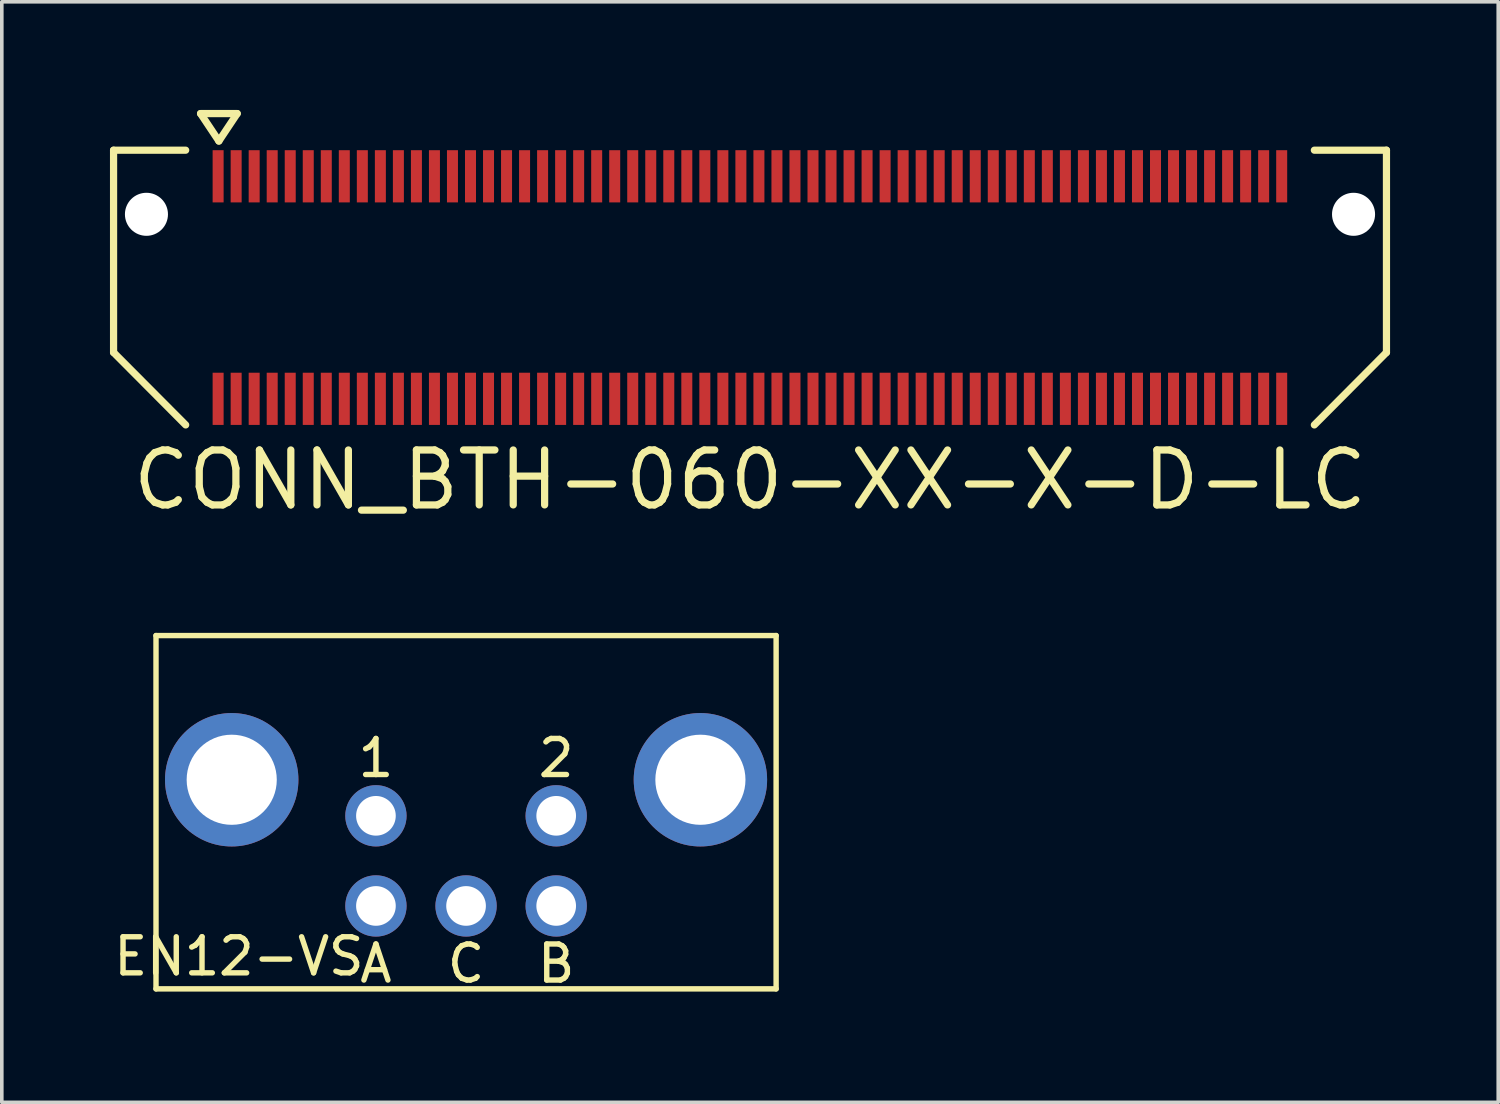
<source format=kicad_pcb>
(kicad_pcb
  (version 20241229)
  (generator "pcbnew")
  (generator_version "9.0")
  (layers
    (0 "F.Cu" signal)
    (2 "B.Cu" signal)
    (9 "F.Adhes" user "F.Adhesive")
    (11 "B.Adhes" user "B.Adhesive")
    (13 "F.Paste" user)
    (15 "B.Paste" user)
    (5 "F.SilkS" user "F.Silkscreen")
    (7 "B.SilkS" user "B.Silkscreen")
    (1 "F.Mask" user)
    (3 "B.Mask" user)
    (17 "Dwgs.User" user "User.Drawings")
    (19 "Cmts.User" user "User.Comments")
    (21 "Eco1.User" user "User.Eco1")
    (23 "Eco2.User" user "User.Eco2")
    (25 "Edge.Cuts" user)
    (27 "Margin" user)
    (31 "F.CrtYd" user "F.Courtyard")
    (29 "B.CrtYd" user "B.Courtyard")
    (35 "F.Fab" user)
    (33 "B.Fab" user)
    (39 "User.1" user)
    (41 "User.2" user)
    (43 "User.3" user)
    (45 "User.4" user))
  (footprint "CONN_BTH-060-XX-X-D-LC"
    (layer "F.Cu")
    (at 17.753 4.926)
    (property "Reference" "CONN_BTH-060-XX-X-D-LC" (at 0 5.334 0) (layer "F.SilkS") (effects (font (size 1.524 1.524) (thickness 0.2))))
    (attr smd)
    (fp_line (start -17.653 -3.81) (end -17.653 1.8) (stroke (width 0.2) (type solid)) (layer "F.SilkS"))
    (fp_line (start -17.653 1.8) (end -15.653 3.81) (stroke (width 0.2) (type solid)) (layer "F.SilkS"))
    (fp_line (start -15.653 -3.81) (end -17.653 -3.81) (stroke (width 0.2) (type solid)) (layer "F.SilkS"))
    (fp_line (start -15.24 -4.826) (end -14.224 -4.826) (stroke (width 0.2) (type solid)) (layer "F.SilkS"))
    (fp_line (start -14.732 -4.064) (end -15.24 -4.826) (stroke (width 0.2) (type solid)) (layer "F.SilkS"))
    (fp_line (start -14.224 -4.826) (end -14.732 -4.064) (stroke (width 0.2) (type solid)) (layer "F.SilkS"))
    (fp_line (start 15.653 -3.81) (end 17.653 -3.81) (stroke (width 0.2) (type solid)) (layer "F.SilkS"))
    (fp_line (start 17.653 -3.81) (end 17.653 1.8) (stroke (width 0.2) (type solid)) (layer "F.SilkS"))
    (fp_line (start 17.653 1.8) (end 15.653 3.81) (stroke (width 0.2) (type solid)) (layer "F.SilkS"))
    (pad "" np_thru_hole circle (at -16.741 -2.032) (size 1.194 1.194) (drill 1.194) (layers "*.Cu" "*.Mask"))
    (pad "" np_thru_hole circle (at 16.74 -2.032) (size 1.194 1.194) (drill 1.194) (layers "*.Cu" "*.Mask"))
    (pad "1" smd rect (at -14.753 -3.086) (size 0.305 1.448) (layers "F.Cu" "F.Mask" "F.Paste"))
    (pad "2" smd rect (at -14.753 3.086) (size 0.305 1.448) (layers "F.Cu" "F.Mask" "F.Paste"))
    (pad "3" smd rect (at -14.253 -3.086) (size 0.305 1.448) (layers "F.Cu" "F.Mask" "F.Paste"))
    (pad "4" smd rect (at -14.253 3.086) (size 0.305 1.448) (layers "F.Cu" "F.Mask" "F.Paste"))
    (pad "5" smd rect (at -13.753 -3.086) (size 0.305 1.448) (layers "F.Cu" "F.Mask" "F.Paste"))
    (pad "6" smd rect (at -13.753 3.086) (size 0.305 1.448) (layers "F.Cu" "F.Mask" "F.Paste"))
    (pad "7" smd rect (at -13.253 -3.086) (size 0.305 1.448) (layers "F.Cu" "F.Mask" "F.Paste"))
    (pad "8" smd rect (at -13.253 3.086) (size 0.305 1.448) (layers "F.Cu" "F.Mask" "F.Paste"))
    (pad "9" smd rect (at -12.753 -3.086) (size 0.305 1.448) (layers "F.Cu" "F.Mask" "F.Paste"))
    (pad "10" smd rect (at -12.753 3.086) (size 0.305 1.448) (layers "F.Cu" "F.Mask" "F.Paste"))
    (pad "11" smd rect (at -12.253 -3.086) (size 0.305 1.448) (layers "F.Cu" "F.Mask" "F.Paste"))
    (pad "12" smd rect (at -12.253 3.086) (size 0.305 1.448) (layers "F.Cu" "F.Mask" "F.Paste"))
    (pad "13" smd rect (at -11.753 -3.086) (size 0.305 1.448) (layers "F.Cu" "F.Mask" "F.Paste"))
    (pad "14" smd rect (at -11.753 3.086) (size 0.305 1.448) (layers "F.Cu" "F.Mask" "F.Paste"))
    (pad "15" smd rect (at -11.253 -3.086) (size 0.305 1.448) (layers "F.Cu" "F.Mask" "F.Paste"))
    (pad "16" smd rect (at -11.253 3.086) (size 0.305 1.448) (layers "F.Cu" "F.Mask" "F.Paste"))
    (pad "17" smd rect (at -10.753 -3.086) (size 0.305 1.448) (layers "F.Cu" "F.Mask" "F.Paste"))
    (pad "18" smd rect (at -10.753 3.086) (size 0.305 1.448) (layers "F.Cu" "F.Mask" "F.Paste"))
    (pad "19" smd rect (at -10.253 -3.086) (size 0.305 1.448) (layers "F.Cu" "F.Mask" "F.Paste"))
    (pad "20" smd rect (at -10.253 3.086) (size 0.305 1.448) (layers "F.Cu" "F.Mask" "F.Paste"))
    (pad "21" smd rect (at -9.753 -3.086) (size 0.305 1.448) (layers "F.Cu" "F.Mask" "F.Paste"))
    (pad "22" smd rect (at -9.753 3.086) (size 0.305 1.448) (layers "F.Cu" "F.Mask" "F.Paste"))
    (pad "23" smd rect (at -9.253 -3.086) (size 0.305 1.448) (layers "F.Cu" "F.Mask" "F.Paste"))
    (pad "24" smd rect (at -9.253 3.086) (size 0.305 1.448) (layers "F.Cu" "F.Mask" "F.Paste"))
    (pad "25" smd rect (at -8.753 -3.086) (size 0.305 1.448) (layers "F.Cu" "F.Mask" "F.Paste"))
    (pad "26" smd rect (at -8.753 3.086) (size 0.305 1.448) (layers "F.Cu" "F.Mask" "F.Paste"))
    (pad "27" smd rect (at -8.253 -3.086) (size 0.305 1.448) (layers "F.Cu" "F.Mask" "F.Paste"))
    (pad "28" smd rect (at -8.253 3.086) (size 0.305 1.448) (layers "F.Cu" "F.Mask" "F.Paste"))
    (pad "29" smd rect (at -7.753 -3.086) (size 0.305 1.448) (layers "F.Cu" "F.Mask" "F.Paste"))
    (pad "30" smd rect (at -7.753 3.086) (size 0.305 1.448) (layers "F.Cu" "F.Mask" "F.Paste"))
    (pad "31" smd rect (at -7.253 -3.086) (size 0.305 1.448) (layers "F.Cu" "F.Mask" "F.Paste"))
    (pad "32" smd rect (at -7.253 3.086) (size 0.305 1.448) (layers "F.Cu" "F.Mask" "F.Paste"))
    (pad "33" smd rect (at -6.753 -3.086) (size 0.305 1.448) (layers "F.Cu" "F.Mask" "F.Paste"))
    (pad "34" smd rect (at -6.753 3.086) (size 0.305 1.448) (layers "F.Cu" "F.Mask" "F.Paste"))
    (pad "35" smd rect (at -6.253 -3.086) (size 0.305 1.448) (layers "F.Cu" "F.Mask" "F.Paste"))
    (pad "36" smd rect (at -6.253 3.086) (size 0.305 1.448) (layers "F.Cu" "F.Mask" "F.Paste"))
    (pad "37" smd rect (at -5.753 -3.086) (size 0.305 1.448) (layers "F.Cu" "F.Mask" "F.Paste"))
    (pad "38" smd rect (at -5.753 3.086) (size 0.305 1.448) (layers "F.Cu" "F.Mask" "F.Paste"))
    (pad "39" smd rect (at -5.253 -3.086) (size 0.305 1.448) (layers "F.Cu" "F.Mask" "F.Paste"))
    (pad "40" smd rect (at -5.253 3.086) (size 0.305 1.448) (layers "F.Cu" "F.Mask" "F.Paste"))
    (pad "41" smd rect (at -4.753 -3.086) (size 0.305 1.448) (layers "F.Cu" "F.Mask" "F.Paste"))
    (pad "42" smd rect (at -4.753 3.086) (size 0.305 1.448) (layers "F.Cu" "F.Mask" "F.Paste"))
    (pad "43" smd rect (at -4.253 -3.086) (size 0.305 1.448) (layers "F.Cu" "F.Mask" "F.Paste"))
    (pad "44" smd rect (at -4.253 3.086) (size 0.305 1.448) (layers "F.Cu" "F.Mask" "F.Paste"))
    (pad "45" smd rect (at -3.753 -3.086) (size 0.305 1.448) (layers "F.Cu" "F.Mask" "F.Paste"))
    (pad "46" smd rect (at -3.753 3.086) (size 0.305 1.448) (layers "F.Cu" "F.Mask" "F.Paste"))
    (pad "47" smd rect (at -3.253 -3.086) (size 0.305 1.448) (layers "F.Cu" "F.Mask" "F.Paste"))
    (pad "48" smd rect (at -3.253 3.086) (size 0.305 1.448) (layers "F.Cu" "F.Mask" "F.Paste"))
    (pad "49" smd rect (at -2.753 -3.086) (size 0.305 1.448) (layers "F.Cu" "F.Mask" "F.Paste"))
    (pad "50" smd rect (at -2.753 3.086) (size 0.305 1.448) (layers "F.Cu" "F.Mask" "F.Paste"))
    (pad "51" smd rect (at -2.253 -3.086) (size 0.305 1.448) (layers "F.Cu" "F.Mask" "F.Paste"))
    (pad "52" smd rect (at -2.253 3.086) (size 0.305 1.448) (layers "F.Cu" "F.Mask" "F.Paste"))
    (pad "53" smd rect (at -1.753 -3.086) (size 0.305 1.448) (layers "F.Cu" "F.Mask" "F.Paste"))
    (pad "54" smd rect (at -1.753 3.086) (size 0.305 1.448) (layers "F.Cu" "F.Mask" "F.Paste"))
    (pad "55" smd rect (at -1.253 -3.086) (size 0.305 1.448) (layers "F.Cu" "F.Mask" "F.Paste"))
    (pad "56" smd rect (at -1.253 3.086) (size 0.305 1.448) (layers "F.Cu" "F.Mask" "F.Paste"))
    (pad "57" smd rect (at -0.753 -3.086) (size 0.305 1.448) (layers "F.Cu" "F.Mask" "F.Paste"))
    (pad "58" smd rect (at -0.753 3.086) (size 0.305 1.448) (layers "F.Cu" "F.Mask" "F.Paste"))
    (pad "59" smd rect (at -0.253 -3.086) (size 0.305 1.448) (layers "F.Cu" "F.Mask" "F.Paste"))
    (pad "60" smd rect (at -0.253 3.086) (size 0.305 1.448) (layers "F.Cu" "F.Mask" "F.Paste"))
    (pad "61" smd rect (at 0.247 -3.086) (size 0.305 1.448) (layers "F.Cu" "F.Mask" "F.Paste"))
    (pad "62" smd rect (at 0.247 3.086) (size 0.305 1.448) (layers "F.Cu" "F.Mask" "F.Paste"))
    (pad "63" smd rect (at 0.747 -3.086) (size 0.305 1.448) (layers "F.Cu" "F.Mask" "F.Paste"))
    (pad "64" smd rect (at 0.747 3.086) (size 0.305 1.448) (layers "F.Cu" "F.Mask" "F.Paste"))
    (pad "65" smd rect (at 1.247 -3.086) (size 0.305 1.448) (layers "F.Cu" "F.Mask" "F.Paste"))
    (pad "66" smd rect (at 1.247 3.086) (size 0.305 1.448) (layers "F.Cu" "F.Mask" "F.Paste"))
    (pad "67" smd rect (at 1.747 -3.086) (size 0.305 1.448) (layers "F.Cu" "F.Mask" "F.Paste"))
    (pad "68" smd rect (at 1.747 3.086) (size 0.305 1.448) (layers "F.Cu" "F.Mask" "F.Paste"))
    (pad "69" smd rect (at 2.247 -3.086) (size 0.305 1.448) (layers "F.Cu" "F.Mask" "F.Paste"))
    (pad "70" smd rect (at 2.247 3.086) (size 0.305 1.448) (layers "F.Cu" "F.Mask" "F.Paste"))
    (pad "71" smd rect (at 2.747 -3.086) (size 0.305 1.448) (layers "F.Cu" "F.Mask" "F.Paste"))
    (pad "72" smd rect (at 2.747 3.086) (size 0.305 1.448) (layers "F.Cu" "F.Mask" "F.Paste"))
    (pad "73" smd rect (at 3.247 -3.086) (size 0.305 1.448) (layers "F.Cu" "F.Mask" "F.Paste"))
    (pad "74" smd rect (at 3.247 3.086) (size 0.305 1.448) (layers "F.Cu" "F.Mask" "F.Paste"))
    (pad "75" smd rect (at 3.747 -3.086) (size 0.305 1.448) (layers "F.Cu" "F.Mask" "F.Paste"))
    (pad "76" smd rect (at 3.747 3.086) (size 0.305 1.448) (layers "F.Cu" "F.Mask" "F.Paste"))
    (pad "77" smd rect (at 4.247 -3.086) (size 0.305 1.448) (layers "F.Cu" "F.Mask" "F.Paste"))
    (pad "78" smd rect (at 4.247 3.086) (size 0.305 1.448) (layers "F.Cu" "F.Mask" "F.Paste"))
    (pad "79" smd rect (at 4.747 -3.086) (size 0.305 1.448) (layers "F.Cu" "F.Mask" "F.Paste"))
    (pad "80" smd rect (at 4.747 3.086) (size 0.305 1.448) (layers "F.Cu" "F.Mask" "F.Paste"))
    (pad "81" smd rect (at 5.247 -3.086) (size 0.305 1.448) (layers "F.Cu" "F.Mask" "F.Paste"))
    (pad "82" smd rect (at 5.247 3.086) (size 0.305 1.448) (layers "F.Cu" "F.Mask" "F.Paste"))
    (pad "83" smd rect (at 5.747 -3.086) (size 0.305 1.448) (layers "F.Cu" "F.Mask" "F.Paste"))
    (pad "84" smd rect (at 5.747 3.086) (size 0.305 1.448) (layers "F.Cu" "F.Mask" "F.Paste"))
    (pad "85" smd rect (at 6.247 -3.086) (size 0.305 1.448) (layers "F.Cu" "F.Mask" "F.Paste"))
    (pad "86" smd rect (at 6.247 3.086) (size 0.305 1.448) (layers "F.Cu" "F.Mask" "F.Paste"))
    (pad "87" smd rect (at 6.747 -3.086) (size 0.305 1.448) (layers "F.Cu" "F.Mask" "F.Paste"))
    (pad "88" smd rect (at 6.747 3.086) (size 0.305 1.448) (layers "F.Cu" "F.Mask" "F.Paste"))
    (pad "89" smd rect (at 7.247 -3.086) (size 0.305 1.448) (layers "F.Cu" "F.Mask" "F.Paste"))
    (pad "90" smd rect (at 7.247 3.086) (size 0.305 1.448) (layers "F.Cu" "F.Mask" "F.Paste"))
    (pad "91" smd rect (at 7.747 -3.086) (size 0.305 1.448) (layers "F.Cu" "F.Mask" "F.Paste"))
    (pad "92" smd rect (at 7.747 3.086) (size 0.305 1.448) (layers "F.Cu" "F.Mask" "F.Paste"))
    (pad "93" smd rect (at 8.247 -3.086) (size 0.305 1.448) (layers "F.Cu" "F.Mask" "F.Paste"))
    (pad "94" smd rect (at 8.247 3.086) (size 0.305 1.448) (layers "F.Cu" "F.Mask" "F.Paste"))
    (pad "95" smd rect (at 8.747 -3.086) (size 0.305 1.448) (layers "F.Cu" "F.Mask" "F.Paste"))
    (pad "96" smd rect (at 8.747 3.086) (size 0.305 1.448) (layers "F.Cu" "F.Mask" "F.Paste"))
    (pad "97" smd rect (at 9.247 -3.086) (size 0.305 1.448) (layers "F.Cu" "F.Mask" "F.Paste"))
    (pad "98" smd rect (at 9.247 3.086) (size 0.305 1.448) (layers "F.Cu" "F.Mask" "F.Paste"))
    (pad "99" smd rect (at 9.747 -3.086) (size 0.305 1.448) (layers "F.Cu" "F.Mask" "F.Paste"))
    (pad "100" smd rect (at 9.747 3.086) (size 0.305 1.448) (layers "F.Cu" "F.Mask" "F.Paste"))
    (pad "101" smd rect (at 10.247 -3.086) (size 0.305 1.448) (layers "F.Cu" "F.Mask" "F.Paste"))
    (pad "102" smd rect (at 10.247 3.086) (size 0.305 1.448) (layers "F.Cu" "F.Mask" "F.Paste"))
    (pad "103" smd rect (at 10.747 -3.086) (size 0.305 1.448) (layers "F.Cu" "F.Mask" "F.Paste"))
    (pad "104" smd rect (at 10.747 3.086) (size 0.305 1.448) (layers "F.Cu" "F.Mask" "F.Paste"))
    (pad "105" smd rect (at 11.247 -3.086) (size 0.305 1.448) (layers "F.Cu" "F.Mask" "F.Paste"))
    (pad "106" smd rect (at 11.247 3.086) (size 0.305 1.448) (layers "F.Cu" "F.Mask" "F.Paste"))
    (pad "107" smd rect (at 11.747 -3.086) (size 0.305 1.448) (layers "F.Cu" "F.Mask" "F.Paste"))
    (pad "108" smd rect (at 11.747 3.086) (size 0.305 1.448) (layers "F.Cu" "F.Mask" "F.Paste"))
    (pad "109" smd rect (at 12.247 -3.086) (size 0.305 1.448) (layers "F.Cu" "F.Mask" "F.Paste"))
    (pad "110" smd rect (at 12.247 3.086) (size 0.305 1.448) (layers "F.Cu" "F.Mask" "F.Paste"))
    (pad "111" smd rect (at 12.747 -3.086) (size 0.305 1.448) (layers "F.Cu" "F.Mask" "F.Paste"))
    (pad "112" smd rect (at 12.747 3.086) (size 0.305 1.448) (layers "F.Cu" "F.Mask" "F.Paste"))
    (pad "113" smd rect (at 13.247 -3.086) (size 0.305 1.448) (layers "F.Cu" "F.Mask" "F.Paste"))
    (pad "114" smd rect (at 13.247 3.086) (size 0.305 1.448) (layers "F.Cu" "F.Mask" "F.Paste"))
    (pad "115" smd rect (at 13.747 -3.086) (size 0.305 1.448) (layers "F.Cu" "F.Mask" "F.Paste"))
    (pad "116" smd rect (at 13.747 3.086) (size 0.305 1.448) (layers "F.Cu" "F.Mask" "F.Paste"))
    (pad "117" smd rect (at 14.247 -3.086) (size 0.305 1.448) (layers "F.Cu" "F.Mask" "F.Paste"))
    (pad "118" smd rect (at 14.247 3.086) (size 0.305 1.448) (layers "F.Cu" "F.Mask" "F.Paste"))
    (pad "119" smd rect (at 14.747 -3.086) (size 0.305 1.448) (layers "F.Cu" "F.Mask" "F.Paste"))
    (pad "120" smd rect (at 14.747 3.086) (size 0.305 1.448) (layers "F.Cu" "F.Mask" "F.Paste")))
  (footprint "EN12-VS"
    (layer "F.Cu")
    (at 9.877 19.578)
    (property "Reference" "EN12-VS" (at -6.3 3.9 0) (layer "F.SilkS") (effects (font (size 1 1) (thickness 0.15))))
    (attr through_hole)
    (fp_line (start -8.6 -5) (end -8.6 4.8) (stroke (width 0.15) (type solid)) (layer "F.SilkS"))
    (fp_line (start -8.6 -5) (end 8.6 -5) (stroke (width 0.15) (type solid)) (layer "F.SilkS"))
    (fp_line (start -8.6 4.8) (end 8.6 4.8) (stroke (width 0.15) (type solid)) (layer "F.SilkS"))
    (fp_line (start 8.6 -5) (end 8.6 4.8) (stroke (width 0.15) (type solid)) (layer "F.SilkS"))
    (fp_text user "C" (at 0 4.1 0) (layer "F.SilkS") (effects (font (size 1 1) (thickness 0.15))))
    (fp_text user "2" (at 2.5 -1.6 0) (layer "F.SilkS") (effects (font (size 1 1) (thickness 0.15))))
    (fp_text user "B" (at 2.5 4.1 0) (layer "F.SilkS") (effects (font (size 1 1) (thickness 0.15))))
    (fp_text user "A" (at -2.5 4.1 0) (layer "F.SilkS") (effects (font (size 1 1) (thickness 0.15))))
    (fp_text user "1" (at -2.5 -1.6 0) (layer "F.SilkS") (effects (font (size 1 1) (thickness 0.15))))
    (pad "" thru_hole circle (at -6.5 -1) (size 3.7 3.7) (drill 2.5) (layers "*.Cu" "*.Mask"))
    (pad "" thru_hole circle (at 6.5 -1) (size 3.7 3.7) (drill 2.5) (layers "*.Cu" "*.Mask"))
    (pad "1" thru_hole circle (at -2.5 0) (size 1.7 1.7) (drill 1.1) (layers "*.Cu" "*.Mask"))
    (pad "2" thru_hole circle (at 2.5 0) (size 1.7 1.7) (drill 1.1) (layers "*.Cu" "*.Mask"))
    (pad "3" thru_hole circle (at -2.5 2.5) (size 1.7 1.7) (drill 1.1) (layers "*.Cu" "*.Mask"))
    (pad "4" thru_hole circle (at 0 2.5) (size 1.7 1.7) (drill 1.1) (layers "*.Cu" "*.Mask"))
    (pad "5" thru_hole circle (at 2.5 2.5) (size 1.7 1.7) (drill 1.1) (layers "*.Cu" "*.Mask")))
  (gr_rect
    (start -3 -3)
    (end 38.506 27.526)
    (stroke (width 0.1) (type default))
    (fill no)
    (layer "Edge.Cuts")))
</source>
